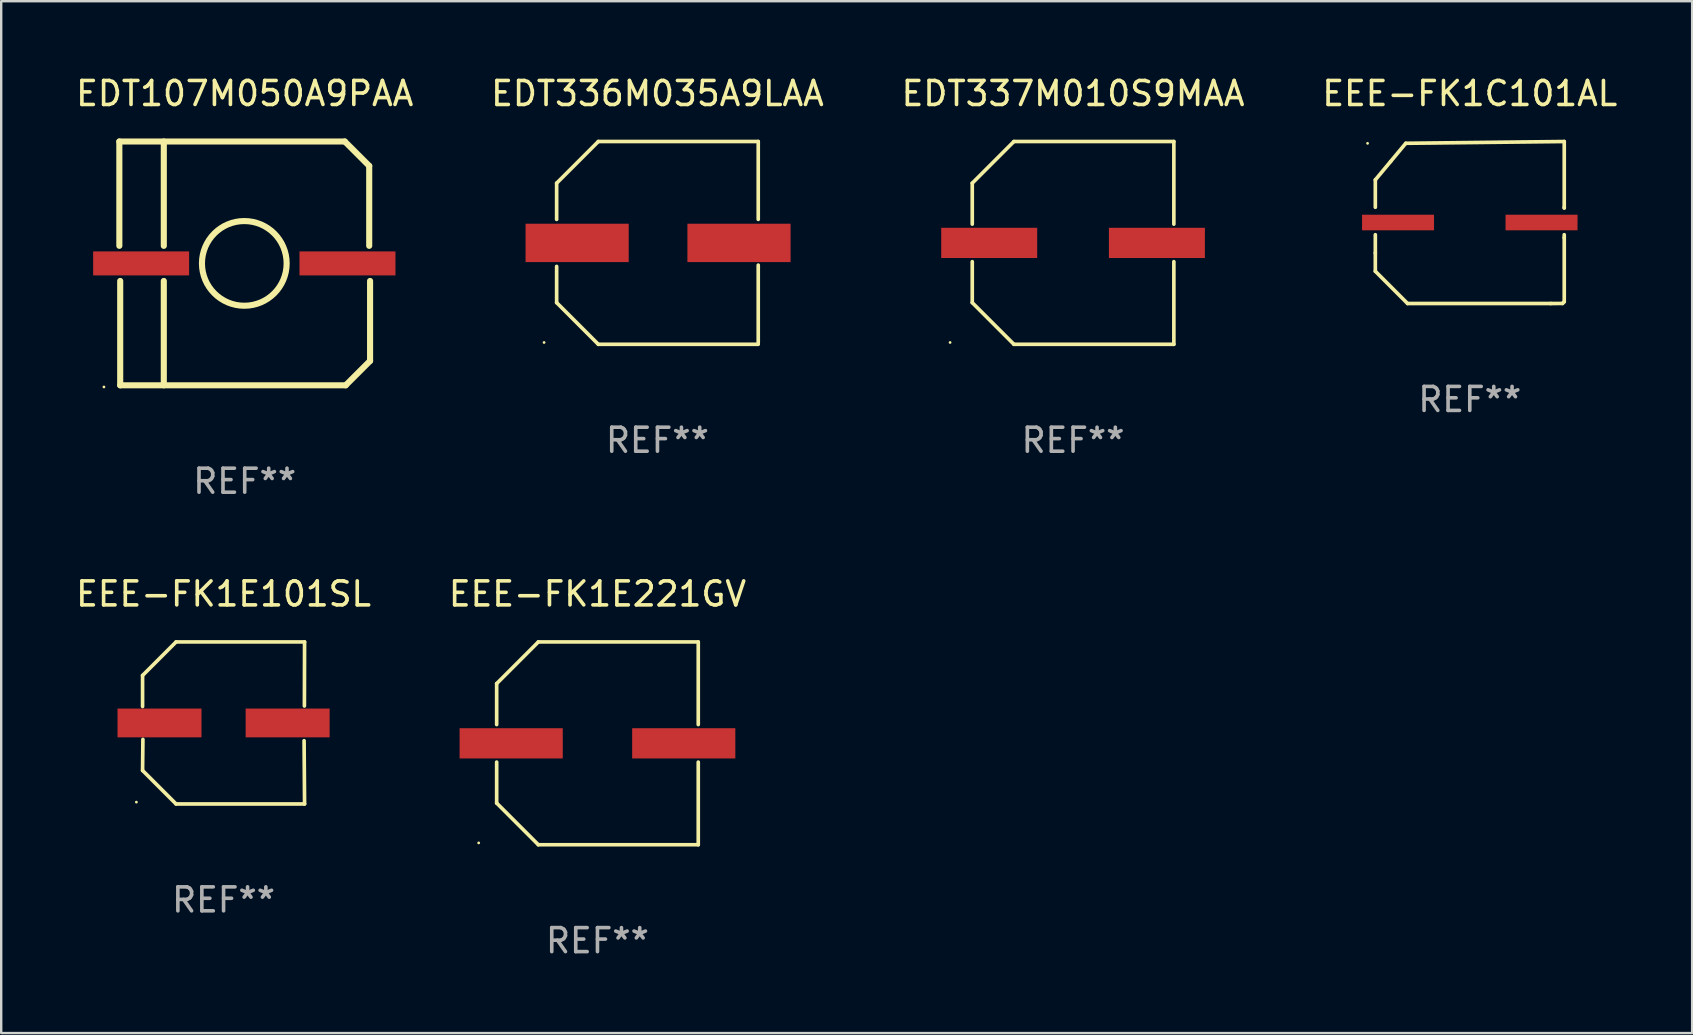
<source format=kicad_pcb>
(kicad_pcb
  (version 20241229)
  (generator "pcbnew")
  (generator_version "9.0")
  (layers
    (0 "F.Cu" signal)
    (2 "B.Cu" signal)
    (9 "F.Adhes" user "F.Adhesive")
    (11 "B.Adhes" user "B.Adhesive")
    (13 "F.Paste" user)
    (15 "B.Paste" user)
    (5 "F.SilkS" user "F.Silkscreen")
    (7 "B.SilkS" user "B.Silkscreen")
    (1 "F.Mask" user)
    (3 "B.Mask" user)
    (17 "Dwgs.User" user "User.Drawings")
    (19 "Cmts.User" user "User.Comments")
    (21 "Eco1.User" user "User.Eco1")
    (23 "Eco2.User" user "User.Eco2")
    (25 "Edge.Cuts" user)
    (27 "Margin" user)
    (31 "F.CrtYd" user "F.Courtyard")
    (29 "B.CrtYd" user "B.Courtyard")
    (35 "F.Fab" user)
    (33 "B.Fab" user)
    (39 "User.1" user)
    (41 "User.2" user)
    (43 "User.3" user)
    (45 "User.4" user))
  (footprint "EEE-FK1E221GV"
    (layer "F.Cu")
    (at 21.851 27.931)
    (property "Reference" "EEE-FK1E221GV" (at 0 -6.226 0) (layer "F.SilkS") (effects (font (size 1 1) (thickness 0.15))))
    (attr through_hole)
    (fp_line (start -4.201 -2.49) (end -4.201 -0.782) (stroke (width 0.152) (type solid)) (layer "F.SilkS"))
    (fp_line (start -4.201 2.49) (end -4.201 0.782) (stroke (width 0.152) (type solid)) (layer "F.SilkS"))
    (fp_line (start -2.465 -4.226) (end -4.201 -2.49) (stroke (width 0.152) (type solid)) (layer "F.SilkS"))
    (fp_line (start -2.465 4.226) (end -4.201 2.49) (stroke (width 0.152) (type solid)) (layer "F.SilkS"))
    (fp_line (start 4.201 -4.226) (end -2.465 -4.226) (stroke (width 0.152) (type solid)) (layer "F.SilkS"))
    (fp_line (start 4.201 -0.782) (end 4.201 -4.226) (stroke (width 0.152) (type solid)) (layer "F.SilkS"))
    (fp_line (start 4.201 0.782) (end 4.201 4.226) (stroke (width 0.152) (type solid)) (layer "F.SilkS"))
    (fp_line (start 4.201 4.226) (end -2.465 4.226) (stroke (width 0.152) (type solid)) (layer "F.SilkS"))
    (fp_circle (center -4.95 4.15) (end -4.92 4.15) (stroke (width 0.06) (type solid)) (fill no) (layer "F.SilkS"))
    (fp_text user "REF**" (at 0 8.226 0) (layer "F.Fab") (effects (font (size 1 1) (thickness 0.15))))
    (pad "1" smd rect (at -3.596 0.000025) (size 4.3 1.26) (layers "F.Cu" "F.Mask" "F.Paste"))
    (pad "2" smd rect (at 3.596 0.000025) (size 4.3 1.26) (layers "F.Cu" "F.Mask" "F.Paste")))
  (footprint "EDT337M010S9MAA"
    (layer "F.Cu")
    (at 41.673 7.074)
    (property "Reference" "EDT337M010S9MAA" (at 0 -6.226 0) (layer "F.SilkS") (effects (font (size 1 1) (thickness 0.15))))
    (attr through_hole)
    (fp_line (start -4.201 -2.49) (end -4.201 -0.782) (stroke (width 0.152) (type solid)) (layer "F.SilkS"))
    (fp_line (start -4.201 2.49) (end -4.201 0.782) (stroke (width 0.152) (type solid)) (layer "F.SilkS"))
    (fp_line (start -2.465 -4.226) (end -4.201 -2.49) (stroke (width 0.152) (type solid)) (layer "F.SilkS"))
    (fp_line (start -2.465 4.226) (end -4.201 2.49) (stroke (width 0.152) (type solid)) (layer "F.SilkS"))
    (fp_line (start 4.201 -4.226) (end -2.465 -4.226) (stroke (width 0.152) (type solid)) (layer "F.SilkS"))
    (fp_line (start 4.201 -0.782) (end 4.201 -4.226) (stroke (width 0.152) (type solid)) (layer "F.SilkS"))
    (fp_line (start 4.201 0.782) (end 4.201 4.226) (stroke (width 0.152) (type solid)) (layer "F.SilkS"))
    (fp_line (start 4.201 4.226) (end -2.465 4.226) (stroke (width 0.152) (type solid)) (layer "F.SilkS"))
    (fp_circle (center -5.125 4.15) (end -5.095 4.15) (stroke (width 0.06) (type solid)) (fill no) (layer "F.SilkS"))
    (fp_text user "REF**" (at 0 8.226 0) (layer "F.Fab") (effects (font (size 1 1) (thickness 0.15))))
    (pad "1" smd rect (at -3.495 0.000025) (size 4 1.26) (layers "F.Cu" "F.Mask" "F.Paste"))
    (pad "2" smd rect (at 3.495 0.000025) (size 4 1.26) (layers "F.Cu" "F.Mask" "F.Paste")))
  (footprint "EEE-FK1E101SL"
    (layer "F.Cu")
    (at 6.268 27.081)
    (property "Reference" "EEE-FK1E101SL" (at 0 -5.376 0) (layer "F.SilkS") (effects (font (size 1 1) (thickness 0.15))))
    (attr through_hole)
    (fp_line (start -3.376 -1.98) (end -3.376 -0.686) (stroke (width 0.152) (type solid)) (layer "F.SilkS"))
    (fp_line (start -3.376 1.981) (end -3.362 0.686) (stroke (width 0.152) (type solid)) (layer "F.SilkS"))
    (fp_line (start -1.981 3.376) (end -3.376 1.981) (stroke (width 0.152) (type solid)) (layer "F.SilkS"))
    (fp_line (start -1.98 -3.376) (end -3.376 -1.98) (stroke (width 0.152) (type solid)) (layer "F.SilkS"))
    (fp_line (start 3.356 0.74) (end 3.376 3.376) (stroke (width 0.152) (type solid)) (layer "F.SilkS"))
    (fp_line (start 3.369 -0.707) (end 3.376 -3.376) (stroke (width 0.152) (type solid)) (layer "F.SilkS"))
    (fp_line (start 3.376 3.376) (end -1.981 3.376) (stroke (width 0.152) (type solid)) (layer "F.SilkS"))
    (fp_line (start 3.376 -3.376) (end -1.98 -3.376) (stroke (width 0.152) (type solid)) (layer "F.SilkS"))
    (fp_circle (center -3.634 3.3) (end -3.604 3.3) (stroke (width 0.06) (type solid)) (fill no) (layer "F.SilkS"))
    (fp_text user "REF**" (at 0 7.376 0) (layer "F.Fab") (effects (font (size 1 1) (thickness 0.15))))
    (pad "1" smd rect (at -2.67 0.000254) (size 3.5 1.2) (layers "F.Cu" "F.Mask" "F.Paste"))
    (pad "2" smd rect (at 2.67 0.000254) (size 3.5 1.2) (layers "F.Cu" "F.Mask" "F.Paste")))
  (footprint "EDT336M035A9LAA"
    (layer "F.Cu")
    (at 24.351 7.074)
    (property "Reference" "EDT336M035A9LAA" (at 0 -6.226 0) (layer "F.SilkS") (effects (font (size 1 1) (thickness 0.15))))
    (attr through_hole)
    (fp_line (start -4.201 -0.98) (end -4.201 -2.49) (stroke (width 0.152) (type solid)) (layer "F.SilkS"))
    (fp_line (start -4.201 2.49) (end -4.201 0.98) (stroke (width 0.152) (type solid)) (layer "F.SilkS"))
    (fp_line (start -2.465 -4.226) (end -4.201 -2.49) (stroke (width 0.152) (type solid)) (layer "F.SilkS"))
    (fp_line (start -2.465 4.226) (end -4.201 2.49) (stroke (width 0.152) (type solid)) (layer "F.SilkS"))
    (fp_line (start 4.201 -4.226) (end -2.465 -4.226) (stroke (width 0.152) (type solid)) (layer "F.SilkS"))
    (fp_line (start 4.201 -4.226) (end 4.201 -0.98) (stroke (width 0.152) (type solid)) (layer "F.SilkS"))
    (fp_line (start 4.201 0.926) (end 4.201 4.172) (stroke (width 0.152) (type solid)) (layer "F.SilkS"))
    (fp_line (start 4.201 4.226) (end -2.465 4.226) (stroke (width 0.152) (type solid)) (layer "F.SilkS"))
    (fp_circle (center -4.725 4.15) (end -4.695 4.15) (stroke (width 0.06) (type solid)) (fill no) (layer "F.SilkS"))
    (fp_text user "REF**" (at 0 8.226 0) (layer "F.Fab") (effects (font (size 1 1) (thickness 0.15))))
    (pad "1" smd rect (at -3.347 0) (size 4.3 1.6) (layers "F.Cu" "F.Mask" "F.Paste"))
    (pad "2" smd rect (at 3.399 0) (size 4.3 1.6) (layers "F.Cu" "F.Mask" "F.Paste")))
  (footprint "EDT107M050A9PAA"
    (layer "F.Cu")
    (at 7.149 7.928)
    (property "Reference" "EDT107M050A9PAA" (at 0 -7.08 0) (layer "F.SilkS") (effects (font (size 1 1) (thickness 0.15))))
    (attr through_hole)
    (fp_line (start -5.225 -5.08) (end 4.173 -5.08) (stroke (width 0.254) (type solid)) (layer "F.SilkS"))
    (fp_line (start -5.225 -0.732) (end -5.225 -5.08) (stroke (width 0.254) (type solid)) (layer "F.SilkS"))
    (fp_line (start -5.189 0.731) (end -5.189 5.08) (stroke (width 0.254) (type solid)) (layer "F.SilkS"))
    (fp_line (start -5.189 5.08) (end 4.209 5.08) (stroke (width 0.254) (type solid)) (layer "F.SilkS"))
    (fp_line (start -3.372 -5.08) (end -3.372 -0.731) (stroke (width 0.254) (type solid)) (layer "F.SilkS"))
    (fp_line (start -3.372 0.731) (end -3.372 5.08) (stroke (width 0.254) (type solid)) (layer "F.SilkS"))
    (fp_line (start 4.173 -5.08) (end 5.189 -4.064) (stroke (width 0.254) (type solid)) (layer "F.SilkS"))
    (fp_line (start 4.209 5.08) (end 5.225 4.064) (stroke (width 0.254) (type solid)) (layer "F.SilkS"))
    (fp_line (start 5.189 -4.064) (end 5.189 -0.732) (stroke (width 0.254) (type solid)) (layer "F.SilkS"))
    (fp_line (start 5.225 4.064) (end 5.225 0.731) (stroke (width 0.254) (type solid)) (layer "F.SilkS"))
    (fp_circle (center -5.867 5.15) (end -5.837 5.15) (stroke (width 0.06) (type solid)) (fill no) (layer "F.SilkS"))
    (fp_circle (center -0.017 0) (end 1.748 0) (stroke (width 0.254) (type solid)) (fill no) (layer "F.SilkS"))
    (fp_text user "REF**" (at 0 9.08 0) (layer "F.Fab") (effects (font (size 1 1) (thickness 0.15))))
    (pad "1" smd rect (at -4.317 0) (size 4 1) (layers "F.Cu" "F.Mask" "F.Paste"))
    (pad "2" smd rect (at 4.283 0) (size 4 1) (layers "F.Cu" "F.Mask" "F.Paste")))
  (footprint "EEE-FK1C101AL"
    (layer "F.Cu")
    (at 58.208 6.224)
    (property "Reference" "EEE-FK1C101AL" (at 0 -5.376 0) (layer "F.SilkS") (effects (font (size 1 1) (thickness 0.15))))
    (attr through_hole)
    (fp_line (start -3.937 -1.778) (end -3.937 -0.635) (stroke (width 0.152) (type solid)) (layer "F.SilkS"))
    (fp_line (start -3.937 1.27) (end -3.937 0.508) (stroke (width 0.152) (type solid)) (layer "F.SilkS"))
    (fp_line (start -3.937 2.032) (end -3.937 1.27) (stroke (width 0.152) (type solid)) (layer "F.SilkS"))
    (fp_line (start -3.302 -2.54) (end -3.937 -1.778) (stroke (width 0.152) (type solid)) (layer "F.SilkS"))
    (fp_line (start -2.667 -3.302) (end -3.302 -2.54) (stroke (width 0.152) (type solid)) (layer "F.SilkS"))
    (fp_line (start -2.593 3.376) (end -3.937 2.032) (stroke (width 0.152) (type solid)) (layer "F.SilkS"))
    (fp_line (start 3.376 3.376) (end -2.593 3.376) (stroke (width 0.152) (type solid)) (layer "F.SilkS"))
    (fp_line (start 3.866 3.373) (end 3.376 3.376) (stroke (width 0.152) (type solid)) (layer "F.SilkS"))
    (fp_line (start 3.937 -3.376) (end -2.667 -3.302) (stroke (width 0.152) (type solid)) (layer "F.SilkS"))
    (fp_line (start 3.937 -0.635) (end 3.937 -0.607) (stroke (width 0.152) (type solid)) (layer "F.SilkS"))
    (fp_line (start 3.937 -0.607) (end 3.937 -3.376) (stroke (width 0.152) (type solid)) (layer "F.SilkS"))
    (fp_line (start 3.937 0.508) (end 3.937 0.635) (stroke (width 0.152) (type solid)) (layer "F.SilkS"))
    (fp_line (start 3.937 0.635) (end 3.937 3.302) (stroke (width 0.152) (type solid)) (layer "F.SilkS"))
    (fp_line (start 3.937 3.302) (end 3.866 3.373) (stroke (width 0.152) (type solid)) (layer "F.SilkS"))
    (fp_circle (center -4.26 -3.3) (end -4.23 -3.3) (stroke (width 0.06) (type solid)) (fill no) (layer "F.SilkS"))
    (fp_text user "REF**" (at 0 7.376 0) (layer "F.Fab") (effects (font (size 1 1) (thickness 0.15))))
    (pad "1" smd rect (at -2.99 0 180) (size 3 0.65) (layers "F.Cu" "F.Mask" "F.Paste"))
    (pad "2" smd rect (at 2.99 0) (size 3 0.65) (layers "F.Cu" "F.Mask" "F.Paste")))
  (gr_rect
    (start -3 -3)
    (end 67.476 40.005)
    (stroke (width 0.1) (type default))
    (fill no)
    (layer "Edge.Cuts")))
</source>
